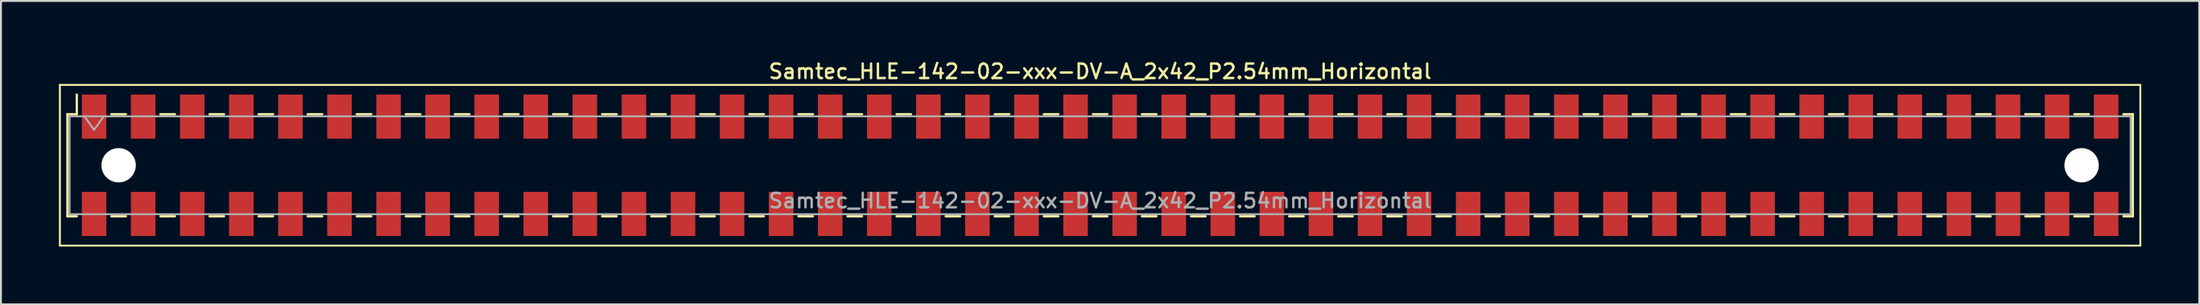
<source format=kicad_pcb>
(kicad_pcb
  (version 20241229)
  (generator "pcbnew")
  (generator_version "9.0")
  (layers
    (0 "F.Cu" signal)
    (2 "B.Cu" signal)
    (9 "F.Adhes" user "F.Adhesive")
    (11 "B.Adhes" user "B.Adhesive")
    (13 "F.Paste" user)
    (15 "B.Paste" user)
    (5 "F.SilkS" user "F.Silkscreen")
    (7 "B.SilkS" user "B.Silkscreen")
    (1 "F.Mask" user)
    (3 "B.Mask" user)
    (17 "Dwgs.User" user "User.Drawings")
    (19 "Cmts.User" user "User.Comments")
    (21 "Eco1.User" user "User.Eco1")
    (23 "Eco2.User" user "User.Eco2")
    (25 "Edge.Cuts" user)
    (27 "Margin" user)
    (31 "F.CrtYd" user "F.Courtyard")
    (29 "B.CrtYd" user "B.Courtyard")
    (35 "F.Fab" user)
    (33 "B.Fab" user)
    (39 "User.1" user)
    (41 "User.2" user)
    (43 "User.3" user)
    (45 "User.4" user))
  (footprint "Samtec_HLE-142-02-xxx-DV-A_2x42_P2.54mm_Horizontal"
    (layer "F.Cu")
    (at 53.89 5.528)
    (property "Reference" "Samtec_HLE-142-02-xxx-DV-A_2x42_P2.54mm_Horizontal" (at 0 -4.87 0) (layer "F.SilkS") (effects (font (size 0.75 0.75) (thickness 0.125))))
    (attr smd)
    (fp_line (start -53.84 -4.17) (end 53.84 -4.17) (stroke (width 0.1) (type solid)) (layer "F.SilkS"))
    (fp_line (start -53.84 4.17) (end -53.84 -4.17) (stroke (width 0.1) (type solid)) (layer "F.SilkS"))
    (fp_line (start -53.45 -2.65) (end -53.45 2.65) (stroke (width 0.12) (type solid)) (layer "F.SilkS"))
    (fp_line (start -53.45 2.65) (end -52.965 2.65) (stroke (width 0.12) (type solid)) (layer "F.SilkS"))
    (fp_line (start -52.965 -3.67) (end -52.965 -2.65) (stroke (width 0.12) (type solid)) (layer "F.SilkS"))
    (fp_line (start -52.965 -2.65) (end -53.45 -2.65) (stroke (width 0.12) (type solid)) (layer "F.SilkS"))
    (fp_line (start -51.175 -2.65) (end -50.425 -2.65) (stroke (width 0.12) (type solid)) (layer "F.SilkS"))
    (fp_line (start -51.175 2.65) (end -50.425 2.65) (stroke (width 0.12) (type solid)) (layer "F.SilkS"))
    (fp_line (start -48.635 -2.65) (end -47.885 -2.65) (stroke (width 0.12) (type solid)) (layer "F.SilkS"))
    (fp_line (start -48.635 2.65) (end -47.885 2.65) (stroke (width 0.12) (type solid)) (layer "F.SilkS"))
    (fp_line (start -46.095 -2.65) (end -45.345 -2.65) (stroke (width 0.12) (type solid)) (layer "F.SilkS"))
    (fp_line (start -46.095 2.65) (end -45.345 2.65) (stroke (width 0.12) (type solid)) (layer "F.SilkS"))
    (fp_line (start -43.555 -2.65) (end -42.805 -2.65) (stroke (width 0.12) (type solid)) (layer "F.SilkS"))
    (fp_line (start -43.555 2.65) (end -42.805 2.65) (stroke (width 0.12) (type solid)) (layer "F.SilkS"))
    (fp_line (start -41.015 -2.65) (end -40.265 -2.65) (stroke (width 0.12) (type solid)) (layer "F.SilkS"))
    (fp_line (start -41.015 2.65) (end -40.265 2.65) (stroke (width 0.12) (type solid)) (layer "F.SilkS"))
    (fp_line (start -38.475 -2.65) (end -37.725 -2.65) (stroke (width 0.12) (type solid)) (layer "F.SilkS"))
    (fp_line (start -38.475 2.65) (end -37.725 2.65) (stroke (width 0.12) (type solid)) (layer "F.SilkS"))
    (fp_line (start -35.935 -2.65) (end -35.185 -2.65) (stroke (width 0.12) (type solid)) (layer "F.SilkS"))
    (fp_line (start -35.935 2.65) (end -35.185 2.65) (stroke (width 0.12) (type solid)) (layer "F.SilkS"))
    (fp_line (start -33.395 -2.65) (end -32.645 -2.65) (stroke (width 0.12) (type solid)) (layer "F.SilkS"))
    (fp_line (start -33.395 2.65) (end -32.645 2.65) (stroke (width 0.12) (type solid)) (layer "F.SilkS"))
    (fp_line (start -30.855 -2.65) (end -30.105 -2.65) (stroke (width 0.12) (type solid)) (layer "F.SilkS"))
    (fp_line (start -30.855 2.65) (end -30.105 2.65) (stroke (width 0.12) (type solid)) (layer "F.SilkS"))
    (fp_line (start -28.315 -2.65) (end -27.565 -2.65) (stroke (width 0.12) (type solid)) (layer "F.SilkS"))
    (fp_line (start -28.315 2.65) (end -27.565 2.65) (stroke (width 0.12) (type solid)) (layer "F.SilkS"))
    (fp_line (start -25.775 -2.65) (end -25.025 -2.65) (stroke (width 0.12) (type solid)) (layer "F.SilkS"))
    (fp_line (start -25.775 2.65) (end -25.025 2.65) (stroke (width 0.12) (type solid)) (layer "F.SilkS"))
    (fp_line (start -23.235 -2.65) (end -22.485 -2.65) (stroke (width 0.12) (type solid)) (layer "F.SilkS"))
    (fp_line (start -23.235 2.65) (end -22.485 2.65) (stroke (width 0.12) (type solid)) (layer "F.SilkS"))
    (fp_line (start -20.695 -2.65) (end -19.945 -2.65) (stroke (width 0.12) (type solid)) (layer "F.SilkS"))
    (fp_line (start -20.695 2.65) (end -19.945 2.65) (stroke (width 0.12) (type solid)) (layer "F.SilkS"))
    (fp_line (start -18.155 -2.65) (end -17.405 -2.65) (stroke (width 0.12) (type solid)) (layer "F.SilkS"))
    (fp_line (start -18.155 2.65) (end -17.405 2.65) (stroke (width 0.12) (type solid)) (layer "F.SilkS"))
    (fp_line (start -15.615 -2.65) (end -14.865 -2.65) (stroke (width 0.12) (type solid)) (layer "F.SilkS"))
    (fp_line (start -15.615 2.65) (end -14.865 2.65) (stroke (width 0.12) (type solid)) (layer "F.SilkS"))
    (fp_line (start -13.075 -2.65) (end -12.325 -2.65) (stroke (width 0.12) (type solid)) (layer "F.SilkS"))
    (fp_line (start -13.075 2.65) (end -12.325 2.65) (stroke (width 0.12) (type solid)) (layer "F.SilkS"))
    (fp_line (start -10.535 -2.65) (end -9.785 -2.65) (stroke (width 0.12) (type solid)) (layer "F.SilkS"))
    (fp_line (start -10.535 2.65) (end -9.785 2.65) (stroke (width 0.12) (type solid)) (layer "F.SilkS"))
    (fp_line (start -7.995 -2.65) (end -7.245 -2.65) (stroke (width 0.12) (type solid)) (layer "F.SilkS"))
    (fp_line (start -7.995 2.65) (end -7.245 2.65) (stroke (width 0.12) (type solid)) (layer "F.SilkS"))
    (fp_line (start -5.455 -2.65) (end -4.705 -2.65) (stroke (width 0.12) (type solid)) (layer "F.SilkS"))
    (fp_line (start -5.455 2.65) (end -4.705 2.65) (stroke (width 0.12) (type solid)) (layer "F.SilkS"))
    (fp_line (start -2.915 -2.65) (end -2.165 -2.65) (stroke (width 0.12) (type solid)) (layer "F.SilkS"))
    (fp_line (start -2.915 2.65) (end -2.165 2.65) (stroke (width 0.12) (type solid)) (layer "F.SilkS"))
    (fp_line (start -0.375 -2.65) (end 0.375 -2.65) (stroke (width 0.12) (type solid)) (layer "F.SilkS"))
    (fp_line (start -0.375 2.65) (end 0.375 2.65) (stroke (width 0.12) (type solid)) (layer "F.SilkS"))
    (fp_line (start 2.165 -2.65) (end 2.915 -2.65) (stroke (width 0.12) (type solid)) (layer "F.SilkS"))
    (fp_line (start 2.165 2.65) (end 2.915 2.65) (stroke (width 0.12) (type solid)) (layer "F.SilkS"))
    (fp_line (start 4.705 -2.65) (end 5.455 -2.65) (stroke (width 0.12) (type solid)) (layer "F.SilkS"))
    (fp_line (start 4.705 2.65) (end 5.455 2.65) (stroke (width 0.12) (type solid)) (layer "F.SilkS"))
    (fp_line (start 7.245 -2.65) (end 7.995 -2.65) (stroke (width 0.12) (type solid)) (layer "F.SilkS"))
    (fp_line (start 7.245 2.65) (end 7.995 2.65) (stroke (width 0.12) (type solid)) (layer "F.SilkS"))
    (fp_line (start 9.785 -2.65) (end 10.535 -2.65) (stroke (width 0.12) (type solid)) (layer "F.SilkS"))
    (fp_line (start 9.785 2.65) (end 10.535 2.65) (stroke (width 0.12) (type solid)) (layer "F.SilkS"))
    (fp_line (start 12.325 -2.65) (end 13.075 -2.65) (stroke (width 0.12) (type solid)) (layer "F.SilkS"))
    (fp_line (start 12.325 2.65) (end 13.075 2.65) (stroke (width 0.12) (type solid)) (layer "F.SilkS"))
    (fp_line (start 14.865 -2.65) (end 15.615 -2.65) (stroke (width 0.12) (type solid)) (layer "F.SilkS"))
    (fp_line (start 14.865 2.65) (end 15.615 2.65) (stroke (width 0.12) (type solid)) (layer "F.SilkS"))
    (fp_line (start 17.405 -2.65) (end 18.155 -2.65) (stroke (width 0.12) (type solid)) (layer "F.SilkS"))
    (fp_line (start 17.405 2.65) (end 18.155 2.65) (stroke (width 0.12) (type solid)) (layer "F.SilkS"))
    (fp_line (start 19.945 -2.65) (end 20.695 -2.65) (stroke (width 0.12) (type solid)) (layer "F.SilkS"))
    (fp_line (start 19.945 2.65) (end 20.695 2.65) (stroke (width 0.12) (type solid)) (layer "F.SilkS"))
    (fp_line (start 22.485 -2.65) (end 23.235 -2.65) (stroke (width 0.12) (type solid)) (layer "F.SilkS"))
    (fp_line (start 22.485 2.65) (end 23.235 2.65) (stroke (width 0.12) (type solid)) (layer "F.SilkS"))
    (fp_line (start 25.025 -2.65) (end 25.775 -2.65) (stroke (width 0.12) (type solid)) (layer "F.SilkS"))
    (fp_line (start 25.025 2.65) (end 25.775 2.65) (stroke (width 0.12) (type solid)) (layer "F.SilkS"))
    (fp_line (start 27.565 -2.65) (end 28.315 -2.65) (stroke (width 0.12) (type solid)) (layer "F.SilkS"))
    (fp_line (start 27.565 2.65) (end 28.315 2.65) (stroke (width 0.12) (type solid)) (layer "F.SilkS"))
    (fp_line (start 30.105 -2.65) (end 30.855 -2.65) (stroke (width 0.12) (type solid)) (layer "F.SilkS"))
    (fp_line (start 30.105 2.65) (end 30.855 2.65) (stroke (width 0.12) (type solid)) (layer "F.SilkS"))
    (fp_line (start 32.645 -2.65) (end 33.395 -2.65) (stroke (width 0.12) (type solid)) (layer "F.SilkS"))
    (fp_line (start 32.645 2.65) (end 33.395 2.65) (stroke (width 0.12) (type solid)) (layer "F.SilkS"))
    (fp_line (start 35.185 -2.65) (end 35.935 -2.65) (stroke (width 0.12) (type solid)) (layer "F.SilkS"))
    (fp_line (start 35.185 2.65) (end 35.935 2.65) (stroke (width 0.12) (type solid)) (layer "F.SilkS"))
    (fp_line (start 37.725 -2.65) (end 38.475 -2.65) (stroke (width 0.12) (type solid)) (layer "F.SilkS"))
    (fp_line (start 37.725 2.65) (end 38.475 2.65) (stroke (width 0.12) (type solid)) (layer "F.SilkS"))
    (fp_line (start 40.265 -2.65) (end 41.015 -2.65) (stroke (width 0.12) (type solid)) (layer "F.SilkS"))
    (fp_line (start 40.265 2.65) (end 41.015 2.65) (stroke (width 0.12) (type solid)) (layer "F.SilkS"))
    (fp_line (start 42.805 -2.65) (end 43.555 -2.65) (stroke (width 0.12) (type solid)) (layer "F.SilkS"))
    (fp_line (start 42.805 2.65) (end 43.555 2.65) (stroke (width 0.12) (type solid)) (layer "F.SilkS"))
    (fp_line (start 45.345 -2.65) (end 46.095 -2.65) (stroke (width 0.12) (type solid)) (layer "F.SilkS"))
    (fp_line (start 45.345 2.65) (end 46.095 2.65) (stroke (width 0.12) (type solid)) (layer "F.SilkS"))
    (fp_line (start 47.885 -2.65) (end 48.635 -2.65) (stroke (width 0.12) (type solid)) (layer "F.SilkS"))
    (fp_line (start 47.885 2.65) (end 48.635 2.65) (stroke (width 0.12) (type solid)) (layer "F.SilkS"))
    (fp_line (start 50.425 -2.65) (end 51.175 -2.65) (stroke (width 0.12) (type solid)) (layer "F.SilkS"))
    (fp_line (start 50.425 2.65) (end 51.175 2.65) (stroke (width 0.12) (type solid)) (layer "F.SilkS"))
    (fp_line (start 52.965 -2.65) (end 53.45 -2.65) (stroke (width 0.12) (type solid)) (layer "F.SilkS"))
    (fp_line (start 53.45 -2.65) (end 53.45 2.65) (stroke (width 0.12) (type solid)) (layer "F.SilkS"))
    (fp_line (start 53.45 2.65) (end 52.965 2.65) (stroke (width 0.12) (type solid)) (layer "F.SilkS"))
    (fp_line (start 53.84 -4.17) (end 53.84 4.17) (stroke (width 0.1) (type solid)) (layer "F.SilkS"))
    (fp_line (start 53.84 4.17) (end -53.84 4.17) (stroke (width 0.1) (type solid)) (layer "F.SilkS"))
    (fp_line (start -53.34 -2.54) (end 53.34 -2.54) (stroke (width 0.1) (type solid)) (layer "F.Fab"))
    (fp_line (start -53.34 2.54) (end -53.34 -2.54) (stroke (width 0.1) (type solid)) (layer "F.Fab"))
    (fp_line (start -52.57 -2.54) (end -52.07 -1.833) (stroke (width 0.1) (type solid)) (layer "F.Fab"))
    (fp_line (start -52.07 -1.833) (end -51.57 -2.54) (stroke (width 0.1) (type solid)) (layer "F.Fab"))
    (fp_line (start 53.34 -2.54) (end 53.34 2.54) (stroke (width 0.1) (type solid)) (layer "F.Fab"))
    (fp_line (start 53.34 2.54) (end -53.34 2.54) (stroke (width 0.1) (type solid)) (layer "F.Fab"))
    (fp_text user "${REFERENCE}" (at 0 1.84 0) (layer "F.Fab") (effects (font (size 0.75 0.75) (thickness 0.125))))
    (pad "" np_thru_hole circle (at -50.8 0) (size 1.78 1.78) (drill 1.78) (layers "*.Cu" "*.Mask"))
    (pad "" np_thru_hole circle (at 50.8 0) (size 1.78 1.78) (drill 1.78) (layers "*.Cu" "*.Mask"))
    (pad "1" smd rect (at -52.07 -2.525) (size 1.27 2.29) (layers "F.Cu" "F.Mask" "F.Paste"))
    (pad "2" smd rect (at -52.07 2.525) (size 1.27 2.29) (layers "F.Cu" "F.Mask" "F.Paste"))
    (pad "3" smd rect (at -49.53 -2.525) (size 1.27 2.29) (layers "F.Cu" "F.Mask" "F.Paste"))
    (pad "4" smd rect (at -49.53 2.525) (size 1.27 2.29) (layers "F.Cu" "F.Mask" "F.Paste"))
    (pad "5" smd rect (at -46.99 -2.525) (size 1.27 2.29) (layers "F.Cu" "F.Mask" "F.Paste"))
    (pad "6" smd rect (at -46.99 2.525) (size 1.27 2.29) (layers "F.Cu" "F.Mask" "F.Paste"))
    (pad "7" smd rect (at -44.45 -2.525) (size 1.27 2.29) (layers "F.Cu" "F.Mask" "F.Paste"))
    (pad "8" smd rect (at -44.45 2.525) (size 1.27 2.29) (layers "F.Cu" "F.Mask" "F.Paste"))
    (pad "9" smd rect (at -41.91 -2.525) (size 1.27 2.29) (layers "F.Cu" "F.Mask" "F.Paste"))
    (pad "10" smd rect (at -41.91 2.525) (size 1.27 2.29) (layers "F.Cu" "F.Mask" "F.Paste"))
    (pad "11" smd rect (at -39.37 -2.525) (size 1.27 2.29) (layers "F.Cu" "F.Mask" "F.Paste"))
    (pad "12" smd rect (at -39.37 2.525) (size 1.27 2.29) (layers "F.Cu" "F.Mask" "F.Paste"))
    (pad "13" smd rect (at -36.83 -2.525) (size 1.27 2.29) (layers "F.Cu" "F.Mask" "F.Paste"))
    (pad "14" smd rect (at -36.83 2.525) (size 1.27 2.29) (layers "F.Cu" "F.Mask" "F.Paste"))
    (pad "15" smd rect (at -34.29 -2.525) (size 1.27 2.29) (layers "F.Cu" "F.Mask" "F.Paste"))
    (pad "16" smd rect (at -34.29 2.525) (size 1.27 2.29) (layers "F.Cu" "F.Mask" "F.Paste"))
    (pad "17" smd rect (at -31.75 -2.525) (size 1.27 2.29) (layers "F.Cu" "F.Mask" "F.Paste"))
    (pad "18" smd rect (at -31.75 2.525) (size 1.27 2.29) (layers "F.Cu" "F.Mask" "F.Paste"))
    (pad "19" smd rect (at -29.21 -2.525) (size 1.27 2.29) (layers "F.Cu" "F.Mask" "F.Paste"))
    (pad "20" smd rect (at -29.21 2.525) (size 1.27 2.29) (layers "F.Cu" "F.Mask" "F.Paste"))
    (pad "21" smd rect (at -26.67 -2.525) (size 1.27 2.29) (layers "F.Cu" "F.Mask" "F.Paste"))
    (pad "22" smd rect (at -26.67 2.525) (size 1.27 2.29) (layers "F.Cu" "F.Mask" "F.Paste"))
    (pad "23" smd rect (at -24.13 -2.525) (size 1.27 2.29) (layers "F.Cu" "F.Mask" "F.Paste"))
    (pad "24" smd rect (at -24.13 2.525) (size 1.27 2.29) (layers "F.Cu" "F.Mask" "F.Paste"))
    (pad "25" smd rect (at -21.59 -2.525) (size 1.27 2.29) (layers "F.Cu" "F.Mask" "F.Paste"))
    (pad "26" smd rect (at -21.59 2.525) (size 1.27 2.29) (layers "F.Cu" "F.Mask" "F.Paste"))
    (pad "27" smd rect (at -19.05 -2.525) (size 1.27 2.29) (layers "F.Cu" "F.Mask" "F.Paste"))
    (pad "28" smd rect (at -19.05 2.525) (size 1.27 2.29) (layers "F.Cu" "F.Mask" "F.Paste"))
    (pad "29" smd rect (at -16.51 -2.525) (size 1.27 2.29) (layers "F.Cu" "F.Mask" "F.Paste"))
    (pad "30" smd rect (at -16.51 2.525) (size 1.27 2.29) (layers "F.Cu" "F.Mask" "F.Paste"))
    (pad "31" smd rect (at -13.97 -2.525) (size 1.27 2.29) (layers "F.Cu" "F.Mask" "F.Paste"))
    (pad "32" smd rect (at -13.97 2.525) (size 1.27 2.29) (layers "F.Cu" "F.Mask" "F.Paste"))
    (pad "33" smd rect (at -11.43 -2.525) (size 1.27 2.29) (layers "F.Cu" "F.Mask" "F.Paste"))
    (pad "34" smd rect (at -11.43 2.525) (size 1.27 2.29) (layers "F.Cu" "F.Mask" "F.Paste"))
    (pad "35" smd rect (at -8.89 -2.525) (size 1.27 2.29) (layers "F.Cu" "F.Mask" "F.Paste"))
    (pad "36" smd rect (at -8.89 2.525) (size 1.27 2.29) (layers "F.Cu" "F.Mask" "F.Paste"))
    (pad "37" smd rect (at -6.35 -2.525) (size 1.27 2.29) (layers "F.Cu" "F.Mask" "F.Paste"))
    (pad "38" smd rect (at -6.35 2.525) (size 1.27 2.29) (layers "F.Cu" "F.Mask" "F.Paste"))
    (pad "39" smd rect (at -3.81 -2.525) (size 1.27 2.29) (layers "F.Cu" "F.Mask" "F.Paste"))
    (pad "40" smd rect (at -3.81 2.525) (size 1.27 2.29) (layers "F.Cu" "F.Mask" "F.Paste"))
    (pad "41" smd rect (at -1.27 -2.525) (size 1.27 2.29) (layers "F.Cu" "F.Mask" "F.Paste"))
    (pad "42" smd rect (at -1.27 2.525) (size 1.27 2.29) (layers "F.Cu" "F.Mask" "F.Paste"))
    (pad "43" smd rect (at 1.27 -2.525) (size 1.27 2.29) (layers "F.Cu" "F.Mask" "F.Paste"))
    (pad "44" smd rect (at 1.27 2.525) (size 1.27 2.29) (layers "F.Cu" "F.Mask" "F.Paste"))
    (pad "45" smd rect (at 3.81 -2.525) (size 1.27 2.29) (layers "F.Cu" "F.Mask" "F.Paste"))
    (pad "46" smd rect (at 3.81 2.525) (size 1.27 2.29) (layers "F.Cu" "F.Mask" "F.Paste"))
    (pad "47" smd rect (at 6.35 -2.525) (size 1.27 2.29) (layers "F.Cu" "F.Mask" "F.Paste"))
    (pad "48" smd rect (at 6.35 2.525) (size 1.27 2.29) (layers "F.Cu" "F.Mask" "F.Paste"))
    (pad "49" smd rect (at 8.89 -2.525) (size 1.27 2.29) (layers "F.Cu" "F.Mask" "F.Paste"))
    (pad "50" smd rect (at 8.89 2.525) (size 1.27 2.29) (layers "F.Cu" "F.Mask" "F.Paste"))
    (pad "51" smd rect (at 11.43 -2.525) (size 1.27 2.29) (layers "F.Cu" "F.Mask" "F.Paste"))
    (pad "52" smd rect (at 11.43 2.525) (size 1.27 2.29) (layers "F.Cu" "F.Mask" "F.Paste"))
    (pad "53" smd rect (at 13.97 -2.525) (size 1.27 2.29) (layers "F.Cu" "F.Mask" "F.Paste"))
    (pad "54" smd rect (at 13.97 2.525) (size 1.27 2.29) (layers "F.Cu" "F.Mask" "F.Paste"))
    (pad "55" smd rect (at 16.51 -2.525) (size 1.27 2.29) (layers "F.Cu" "F.Mask" "F.Paste"))
    (pad "56" smd rect (at 16.51 2.525) (size 1.27 2.29) (layers "F.Cu" "F.Mask" "F.Paste"))
    (pad "57" smd rect (at 19.05 -2.525) (size 1.27 2.29) (layers "F.Cu" "F.Mask" "F.Paste"))
    (pad "58" smd rect (at 19.05 2.525) (size 1.27 2.29) (layers "F.Cu" "F.Mask" "F.Paste"))
    (pad "59" smd rect (at 21.59 -2.525) (size 1.27 2.29) (layers "F.Cu" "F.Mask" "F.Paste"))
    (pad "60" smd rect (at 21.59 2.525) (size 1.27 2.29) (layers "F.Cu" "F.Mask" "F.Paste"))
    (pad "61" smd rect (at 24.13 -2.525) (size 1.27 2.29) (layers "F.Cu" "F.Mask" "F.Paste"))
    (pad "62" smd rect (at 24.13 2.525) (size 1.27 2.29) (layers "F.Cu" "F.Mask" "F.Paste"))
    (pad "63" smd rect (at 26.67 -2.525) (size 1.27 2.29) (layers "F.Cu" "F.Mask" "F.Paste"))
    (pad "64" smd rect (at 26.67 2.525) (size 1.27 2.29) (layers "F.Cu" "F.Mask" "F.Paste"))
    (pad "65" smd rect (at 29.21 -2.525) (size 1.27 2.29) (layers "F.Cu" "F.Mask" "F.Paste"))
    (pad "66" smd rect (at 29.21 2.525) (size 1.27 2.29) (layers "F.Cu" "F.Mask" "F.Paste"))
    (pad "67" smd rect (at 31.75 -2.525) (size 1.27 2.29) (layers "F.Cu" "F.Mask" "F.Paste"))
    (pad "68" smd rect (at 31.75 2.525) (size 1.27 2.29) (layers "F.Cu" "F.Mask" "F.Paste"))
    (pad "69" smd rect (at 34.29 -2.525) (size 1.27 2.29) (layers "F.Cu" "F.Mask" "F.Paste"))
    (pad "70" smd rect (at 34.29 2.525) (size 1.27 2.29) (layers "F.Cu" "F.Mask" "F.Paste"))
    (pad "71" smd rect (at 36.83 -2.525) (size 1.27 2.29) (layers "F.Cu" "F.Mask" "F.Paste"))
    (pad "72" smd rect (at 36.83 2.525) (size 1.27 2.29) (layers "F.Cu" "F.Mask" "F.Paste"))
    (pad "73" smd rect (at 39.37 -2.525) (size 1.27 2.29) (layers "F.Cu" "F.Mask" "F.Paste"))
    (pad "74" smd rect (at 39.37 2.525) (size 1.27 2.29) (layers "F.Cu" "F.Mask" "F.Paste"))
    (pad "75" smd rect (at 41.91 -2.525) (size 1.27 2.29) (layers "F.Cu" "F.Mask" "F.Paste"))
    (pad "76" smd rect (at 41.91 2.525) (size 1.27 2.29) (layers "F.Cu" "F.Mask" "F.Paste"))
    (pad "77" smd rect (at 44.45 -2.525) (size 1.27 2.29) (layers "F.Cu" "F.Mask" "F.Paste"))
    (pad "78" smd rect (at 44.45 2.525) (size 1.27 2.29) (layers "F.Cu" "F.Mask" "F.Paste"))
    (pad "79" smd rect (at 46.99 -2.525) (size 1.27 2.29) (layers "F.Cu" "F.Mask" "F.Paste"))
    (pad "80" smd rect (at 46.99 2.525) (size 1.27 2.29) (layers "F.Cu" "F.Mask" "F.Paste"))
    (pad "81" smd rect (at 49.53 -2.525) (size 1.27 2.29) (layers "F.Cu" "F.Mask" "F.Paste"))
    (pad "82" smd rect (at 49.53 2.525) (size 1.27 2.29) (layers "F.Cu" "F.Mask" "F.Paste"))
    (pad "83" smd rect (at 52.07 -2.525) (size 1.27 2.29) (layers "F.Cu" "F.Mask" "F.Paste"))
    (pad "84" smd rect (at 52.07 2.525) (size 1.27 2.29) (layers "F.Cu" "F.Mask" "F.Paste")))
  (gr_rect
    (start -3 -3)
    (end 110.78 12.748)
    (stroke (width 0.1) (type default))
    (fill no)
    (layer "Edge.Cuts")))
</source>
